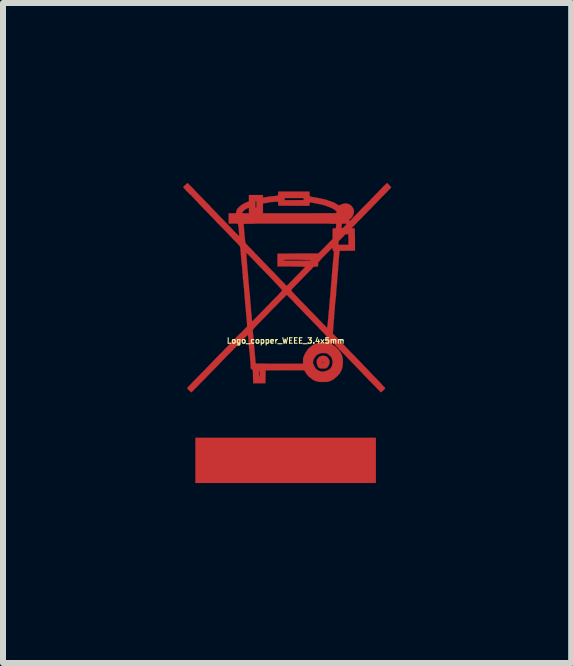
<source format=kicad_pcb>
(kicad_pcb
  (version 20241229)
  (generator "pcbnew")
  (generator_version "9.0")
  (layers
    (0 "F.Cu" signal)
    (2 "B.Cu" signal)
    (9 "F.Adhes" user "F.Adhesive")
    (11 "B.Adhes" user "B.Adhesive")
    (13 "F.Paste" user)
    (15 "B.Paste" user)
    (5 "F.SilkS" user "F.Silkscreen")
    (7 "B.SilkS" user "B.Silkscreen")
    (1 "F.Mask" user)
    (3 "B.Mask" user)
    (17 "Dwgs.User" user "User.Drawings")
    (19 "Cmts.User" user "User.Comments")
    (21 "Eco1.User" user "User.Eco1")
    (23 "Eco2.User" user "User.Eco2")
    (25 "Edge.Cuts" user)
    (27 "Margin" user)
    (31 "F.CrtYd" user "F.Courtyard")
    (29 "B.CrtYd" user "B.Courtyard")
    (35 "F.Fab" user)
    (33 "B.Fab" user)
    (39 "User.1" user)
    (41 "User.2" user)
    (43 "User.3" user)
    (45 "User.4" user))
  (footprint "Logo_copper_WEEE_3.4x5mm"
    (layer "F.Cu")
    (at 1.711 2.529)
    (property "Reference" "Logo_copper_WEEE_3.4x5mm" (at 0 0.1 0) (layer "F.SilkS") (effects (font (size 0.091 0.091) (thickness 0.018))))
    (attr through_hole)
    (fp_poly (pts (xy 1.504 2.471) (xy 0 2.471) (xy -1.504 2.471) (xy -1.504 2.093) (xy -1.504 1.717) (xy 0 1.717) (xy 1.504 1.717) (xy 1.504 2.093) (xy 1.504 2.471)) (stroke (width 0.003) (type solid)) (fill yes) (layer "F.Cu"))
    (fp_poly (pts (xy 0.732 0.457) (xy 0.729 0.475) (xy 0.726 0.49) (xy 0.721 0.503) (xy 0.711 0.521) (xy 0.696 0.544) (xy 0.681 0.554) (xy 0.673 0.559) (xy 0.658 0.561) (xy 0.638 0.564) (xy 0.63 0.564) (xy 0.63 0.457) (xy 0.625 0.452) (xy 0.617 0.452) (xy 0.615 0.455) (xy 0.612 0.462) (xy 0.617 0.47) (xy 0.622 0.472) (xy 0.627 0.467) (xy 0.63 0.465) (xy 0.63 0.457) (xy 0.63 0.564) (xy 0.615 0.564) (xy 0.592 0.564) (xy 0.577 0.561) (xy 0.554 0.551) (xy 0.536 0.531) (xy 0.526 0.505) (xy 0.518 0.472) (xy 0.518 0.457) (xy 0.518 0.437) (xy 0.521 0.422) (xy 0.526 0.409) (xy 0.536 0.396) (xy 0.556 0.371) (xy 0.579 0.358) (xy 0.61 0.351) (xy 0.625 0.351) (xy 0.653 0.353) (xy 0.676 0.361) (xy 0.696 0.376) (xy 0.711 0.396) (xy 0.721 0.411) (xy 0.729 0.424) (xy 0.729 0.437) (xy 0.732 0.457)) (stroke (width 0.003) (type solid)) (fill yes) (layer "F.Cu"))
    (fp_poly (pts (xy 1.758 -2.456) (xy 1.755 -2.451) (xy 1.745 -2.438) (xy 1.727 -2.423) (xy 1.707 -2.4) (xy 1.684 -2.375) (xy 1.656 -2.349) (xy 1.648 -2.339) (xy 1.618 -2.309) (xy 1.585 -2.276) (xy 1.554 -2.243) (xy 1.524 -2.212) (xy 1.501 -2.187) (xy 1.481 -2.169) (xy 1.466 -2.151) (xy 1.443 -2.129) (xy 1.415 -2.098) (xy 1.382 -2.068) (xy 1.349 -2.032) (xy 1.313 -1.996) (xy 1.28 -1.961) (xy 1.24 -1.92) (xy 1.204 -1.885) (xy 1.179 -1.857) (xy 1.156 -1.834) (xy 1.138 -1.816) (xy 1.125 -1.803) (xy 1.115 -1.793) (xy 1.11 -1.786) (xy 1.107 -1.783) (xy 1.105 -1.778) (xy 1.113 -1.775) (xy 1.125 -1.773) (xy 1.13 -1.773) (xy 1.153 -1.77) (xy 1.156 -1.585) (xy 1.156 -1.4) (xy 1.046 -1.4) (xy 1.046 -1.499) (xy 1.046 -1.585) (xy 1.044 -1.674) (xy 1.021 -1.674) (xy 1.013 -1.676) (xy 1.013 -1.844) (xy 1.013 -1.847) (xy 1.008 -1.849) (xy 0.993 -1.852) (xy 0.978 -1.852) (xy 0.96 -1.852) (xy 0.945 -1.849) (xy 0.94 -1.849) (xy 0.937 -1.841) (xy 0.935 -1.829) (xy 0.932 -1.811) (xy 0.932 -1.796) (xy 0.932 -1.781) (xy 0.932 -1.778) (xy 0.937 -1.773) (xy 0.947 -1.778) (xy 0.963 -1.788) (xy 0.98 -1.803) (xy 0.986 -1.808) (xy 0.998 -1.824) (xy 1.008 -1.836) (xy 1.013 -1.844) (xy 1.013 -1.676) (xy 0.998 -1.676) (xy 0.94 -1.615) (xy 0.881 -1.557) (xy 0.881 -1.527) (xy 0.881 -1.499) (xy 0.965 -1.499) (xy 1.046 -1.499) (xy 1.046 -1.4) (xy 1.029 -1.4) (xy 0.899 -1.397) (xy 0.897 -1.364) (xy 0.894 -1.346) (xy 0.892 -1.318) (xy 0.889 -1.29) (xy 0.886 -1.26) (xy 0.886 -1.257) (xy 0.884 -1.229) (xy 0.881 -1.201) (xy 0.881 -1.176) (xy 0.879 -1.161) (xy 0.879 -1.158) (xy 0.876 -1.143) (xy 0.876 -1.118) (xy 0.874 -1.087) (xy 0.871 -1.054) (xy 0.869 -1.021) (xy 0.866 -0.993) (xy 0.864 -0.968) (xy 0.861 -0.95) (xy 0.861 -0.927) (xy 0.859 -0.897) (xy 0.856 -0.866) (xy 0.856 -0.859) (xy 0.853 -0.831) (xy 0.851 -0.808) (xy 0.851 -0.79) (xy 0.848 -0.785) (xy 0.848 -2.04) (xy 0.848 -2.05) (xy 0.841 -2.06) (xy 0.828 -2.073) (xy 0.826 -2.075) (xy 0.808 -2.088) (xy 0.79 -2.098) (xy 0.78 -2.106) (xy 0.759 -2.113) (xy 0.742 -2.121) (xy 0.739 -2.123) (xy 0.691 -2.141) (xy 0.64 -2.159) (xy 0.579 -2.174) (xy 0.511 -2.187) (xy 0.47 -2.195) (xy 0.447 -2.2) (xy 0.427 -2.202) (xy 0.414 -2.205) (xy 0.409 -2.205) (xy 0.404 -2.205) (xy 0.401 -2.197) (xy 0.399 -2.182) (xy 0.399 -2.177) (xy 0.399 -2.149) (xy 0.3 -2.149) (xy 0.3 -2.278) (xy 0.142 -2.278) (xy -0.015 -2.278) (xy -0.015 -2.261) (xy -0.015 -2.243) (xy 0.14 -2.243) (xy 0.297 -2.245) (xy 0.3 -2.261) (xy 0.3 -2.278) (xy 0.3 -2.149) (xy 0.135 -2.149) (xy -0.124 -2.151) (xy -0.124 -2.184) (xy -0.127 -2.217) (xy -0.147 -2.217) (xy -0.168 -2.217) (xy -0.193 -2.215) (xy -0.218 -2.212) (xy -0.241 -2.21) (xy -0.259 -2.21) (xy -0.272 -2.207) (xy -0.277 -2.205) (xy -0.284 -2.202) (xy -0.3 -2.2) (xy -0.312 -2.197) (xy -0.333 -2.195) (xy -0.353 -2.192) (xy -0.361 -2.192) (xy -0.378 -2.189) (xy -0.378 -2.106) (xy -0.378 -2.024) (xy 0.234 -2.024) (xy 0.848 -2.027) (xy 0.848 -2.04) (xy 0.848 -0.785) (xy 0.848 -0.78) (xy 0.848 -0.777) (xy 0.846 -0.772) (xy 0.846 -0.757) (xy 0.846 -0.739) (xy 0.843 -0.732) (xy 0.843 -0.709) (xy 0.843 -0.699) (xy 0.843 -1.831) (xy 0.841 -1.844) (xy 0.838 -1.849) (xy 0.833 -1.849) (xy 0.818 -1.849) (xy 0.792 -1.849) (xy 0.759 -1.849) (xy 0.719 -1.852) (xy 0.671 -1.852) (xy 0.617 -1.852) (xy 0.559 -1.852) (xy 0.495 -1.852) (xy 0.427 -1.852) (xy 0.356 -1.852) (xy 0.282 -1.852) (xy 0.208 -1.852) (xy 0.13 -1.852) (xy 0.053 -1.852) (xy -0.023 -1.852) (xy -0.099 -1.852) (xy -0.173 -1.852) (xy -0.246 -1.852) (xy -0.315 -1.852) (xy -0.381 -1.852) (xy -0.442 -1.852) (xy -0.488 -1.852) (xy -0.488 -2.174) (xy -0.488 -2.2) (xy -0.488 -2.217) (xy -0.49 -2.228) (xy -0.493 -2.23) (xy -0.495 -2.23) (xy -0.498 -2.23) (xy -0.5 -2.223) (xy -0.503 -2.212) (xy -0.503 -2.192) (xy -0.503 -2.174) (xy -0.503 -2.151) (xy -0.5 -2.134) (xy -0.5 -2.121) (xy -0.5 -2.116) (xy -0.495 -2.113) (xy -0.49 -2.118) (xy -0.488 -2.134) (xy -0.488 -2.156) (xy -0.488 -2.174) (xy -0.488 -1.852) (xy -0.5 -1.852) (xy -0.551 -1.849) (xy -0.594 -1.849) (xy -0.612 -1.849) (xy -0.612 -2.024) (xy -0.612 -2.07) (xy -0.612 -2.09) (xy -0.612 -2.106) (xy -0.615 -2.116) (xy -0.615 -2.118) (xy -0.625 -2.113) (xy -0.64 -2.106) (xy -0.66 -2.095) (xy -0.678 -2.083) (xy -0.696 -2.07) (xy -0.699 -2.065) (xy -0.716 -2.05) (xy -0.724 -2.037) (xy -0.724 -2.029) (xy -0.716 -2.027) (xy -0.701 -2.024) (xy -0.673 -2.024) (xy -0.668 -2.024) (xy -0.612 -2.024) (xy -0.612 -1.849) (xy -0.632 -1.849) (xy -0.663 -1.849) (xy -0.683 -1.849) (xy -0.696 -1.847) (xy -0.699 -1.841) (xy -0.699 -1.826) (xy -0.696 -1.803) (xy -0.693 -1.775) (xy -0.693 -1.753) (xy -0.691 -1.72) (xy -0.686 -1.689) (xy -0.686 -1.664) (xy -0.683 -1.643) (xy -0.683 -1.633) (xy -0.678 -1.6) (xy -0.676 -1.572) (xy -0.673 -1.554) (xy -0.671 -1.539) (xy -0.668 -1.529) (xy -0.663 -1.521) (xy -0.658 -1.516) (xy -0.65 -1.509) (xy -0.638 -1.494) (xy -0.62 -1.473) (xy -0.594 -1.448) (xy -0.566 -1.42) (xy -0.536 -1.387) (xy -0.503 -1.351) (xy -0.467 -1.316) (xy -0.432 -1.28) (xy -0.396 -1.242) (xy -0.363 -1.206) (xy -0.345 -1.191) (xy -0.323 -1.166) (xy -0.297 -1.14) (xy -0.274 -1.115) (xy -0.254 -1.095) (xy -0.241 -1.082) (xy -0.218 -1.059) (xy -0.191 -1.031) (xy -0.163 -1.001) (xy -0.135 -0.973) (xy -0.107 -0.942) (xy -0.079 -0.912) (xy -0.053 -0.886) (xy -0.03 -0.864) (xy -0.013 -0.843) (xy 0 -0.831) (xy 0.008 -0.823) (xy 0.008 -0.82) (xy 0.015 -0.815) (xy 0.015 -0.813) (xy 0.02 -0.818) (xy 0.03 -0.828) (xy 0.046 -0.841) (xy 0.064 -0.859) (xy 0.071 -0.869) (xy 0.091 -0.889) (xy 0.117 -0.914) (xy 0.145 -0.945) (xy 0.175 -0.975) (xy 0.206 -1.006) (xy 0.226 -1.026) (xy 0.251 -1.052) (xy 0.274 -1.077) (xy 0.295 -1.097) (xy 0.31 -1.115) (xy 0.32 -1.125) (xy 0.325 -1.13) (xy 0.32 -1.133) (xy 0.305 -1.133) (xy 0.282 -1.133) (xy 0.249 -1.135) (xy 0.208 -1.135) (xy 0.16 -1.135) (xy 0.104 -1.138) (xy 0.094 -1.138) (xy -0.137 -1.138) (xy -0.137 -1.245) (xy -0.137 -1.351) (xy 0.203 -1.354) (xy 0.544 -1.354) (xy 0.582 -1.392) (xy 0.597 -1.407) (xy 0.617 -1.427) (xy 0.643 -1.453) (xy 0.668 -1.481) (xy 0.696 -1.506) (xy 0.701 -1.514) (xy 0.782 -1.595) (xy 0.782 -1.681) (xy 0.782 -1.714) (xy 0.782 -1.737) (xy 0.785 -1.753) (xy 0.785 -1.763) (xy 0.787 -1.768) (xy 0.79 -1.77) (xy 0.795 -1.773) (xy 0.805 -1.773) (xy 0.81 -1.773) (xy 0.826 -1.773) (xy 0.833 -1.775) (xy 0.838 -1.786) (xy 0.841 -1.803) (xy 0.841 -1.808) (xy 0.843 -1.831) (xy 0.843 -0.699) (xy 0.841 -0.683) (xy 0.841 -0.663) (xy 0.838 -0.643) (xy 0.836 -0.62) (xy 0.833 -0.594) (xy 0.831 -0.572) (xy 0.828 -0.551) (xy 0.828 -0.538) (xy 0.828 -0.536) (xy 0.826 -0.523) (xy 0.823 -0.505) (xy 0.823 -0.483) (xy 0.82 -0.465) (xy 0.82 -0.442) (xy 0.818 -0.419) (xy 0.818 -0.401) (xy 0.815 -0.396) (xy 0.815 -0.384) (xy 0.813 -0.363) (xy 0.813 -0.345) (xy 0.81 -0.333) (xy 0.808 -0.31) (xy 0.808 -0.279) (xy 0.803 -0.246) (xy 0.803 -0.231) (xy 0.803 -1.387) (xy 0.803 -1.394) (xy 0.8 -1.397) (xy 0.798 -1.4) (xy 0.792 -1.4) (xy 0.787 -1.402) (xy 0.785 -1.407) (xy 0.782 -1.42) (xy 0.782 -1.425) (xy 0.782 -1.438) (xy 0.78 -1.445) (xy 0.777 -1.448) (xy 0.772 -1.443) (xy 0.762 -1.433) (xy 0.747 -1.417) (xy 0.726 -1.397) (xy 0.704 -1.374) (xy 0.678 -1.349) (xy 0.653 -1.323) (xy 0.627 -1.298) (xy 0.605 -1.273) (xy 0.584 -1.25) (xy 0.566 -1.229) (xy 0.551 -1.214) (xy 0.544 -1.204) (xy 0.541 -1.201) (xy 0.541 -1.189) (xy 0.541 -1.173) (xy 0.541 -1.168) (xy 0.541 -1.156) (xy 0.541 -1.143) (xy 0.538 -1.143) (xy 0.533 -1.138) (xy 0.518 -1.135) (xy 0.503 -1.135) (xy 0.467 -1.133) (xy 0.429 -1.092) (xy 0.429 -1.242) (xy 0.427 -1.242) (xy 0.419 -1.245) (xy 0.404 -1.245) (xy 0.386 -1.247) (xy 0.358 -1.247) (xy 0.323 -1.247) (xy 0.279 -1.247) (xy 0.229 -1.25) (xy 0.198 -1.25) (xy 0.15 -1.25) (xy 0.107 -1.25) (xy 0.066 -1.25) (xy 0.03 -1.25) (xy 0 -1.25) (xy -0.018 -1.247) (xy -0.03 -1.247) (xy -0.033 -1.247) (xy -0.038 -1.242) (xy -0.038 -1.24) (xy -0.033 -1.24) (xy -0.018 -1.237) (xy 0.003 -1.237) (xy 0.033 -1.234) (xy 0.066 -1.234) (xy 0.104 -1.234) (xy 0.145 -1.234) (xy 0.188 -1.234) (xy 0.229 -1.234) (xy 0.272 -1.234) (xy 0.31 -1.234) (xy 0.345 -1.237) (xy 0.376 -1.237) (xy 0.401 -1.237) (xy 0.419 -1.24) (xy 0.427 -1.24) (xy 0.429 -1.242) (xy 0.429 -1.092) (xy 0.282 -0.942) (xy 0.246 -0.904) (xy 0.211 -0.869) (xy 0.18 -0.838) (xy 0.152 -0.808) (xy 0.13 -0.785) (xy 0.112 -0.765) (xy 0.099 -0.749) (xy 0.094 -0.742) (xy 0.097 -0.734) (xy 0.107 -0.721) (xy 0.119 -0.706) (xy 0.137 -0.686) (xy 0.142 -0.681) (xy 0.16 -0.663) (xy 0.183 -0.64) (xy 0.211 -0.61) (xy 0.239 -0.579) (xy 0.269 -0.549) (xy 0.3 -0.518) (xy 0.328 -0.488) (xy 0.356 -0.46) (xy 0.381 -0.432) (xy 0.404 -0.409) (xy 0.422 -0.391) (xy 0.434 -0.378) (xy 0.447 -0.366) (xy 0.462 -0.348) (xy 0.485 -0.328) (xy 0.511 -0.3) (xy 0.538 -0.272) (xy 0.566 -0.241) (xy 0.574 -0.234) (xy 0.602 -0.206) (xy 0.627 -0.178) (xy 0.65 -0.157) (xy 0.668 -0.137) (xy 0.681 -0.124) (xy 0.688 -0.119) (xy 0.688 -0.117) (xy 0.691 -0.122) (xy 0.693 -0.135) (xy 0.696 -0.147) (xy 0.699 -0.175) (xy 0.704 -0.211) (xy 0.706 -0.246) (xy 0.711 -0.282) (xy 0.711 -0.312) (xy 0.714 -0.335) (xy 0.716 -0.363) (xy 0.719 -0.391) (xy 0.721 -0.404) (xy 0.724 -0.432) (xy 0.726 -0.46) (xy 0.726 -0.483) (xy 0.729 -0.493) (xy 0.729 -0.508) (xy 0.732 -0.533) (xy 0.734 -0.564) (xy 0.737 -0.594) (xy 0.739 -0.615) (xy 0.742 -0.645) (xy 0.744 -0.678) (xy 0.747 -0.706) (xy 0.749 -0.726) (xy 0.749 -0.737) (xy 0.752 -0.759) (xy 0.752 -0.78) (xy 0.754 -0.792) (xy 0.757 -0.808) (xy 0.757 -0.828) (xy 0.759 -0.856) (xy 0.762 -0.884) (xy 0.767 -0.935) (xy 0.77 -0.991) (xy 0.775 -1.052) (xy 0.78 -1.11) (xy 0.785 -1.168) (xy 0.79 -1.219) (xy 0.792 -1.25) (xy 0.798 -1.293) (xy 0.8 -1.328) (xy 0.803 -1.354) (xy 0.803 -1.372) (xy 0.803 -1.387) (xy 0.803 -0.231) (xy 0.8 -0.206) (xy 0.798 -0.168) (xy 0.798 -0.165) (xy 0.787 -0.02) (xy 0.803 0) (xy 0.81 0.005) (xy 0.826 0.02) (xy 0.846 0.041) (xy 0.869 0.066) (xy 0.894 0.091) (xy 0.922 0.119) (xy 0.922 0.122) (xy 0.95 0.15) (xy 0.98 0.18) (xy 1.006 0.208) (xy 1.031 0.234) (xy 1.052 0.254) (xy 1.062 0.267) (xy 1.077 0.282) (xy 1.097 0.302) (xy 1.123 0.328) (xy 1.151 0.356) (xy 1.179 0.386) (xy 1.196 0.404) (xy 1.224 0.432) (xy 1.252 0.462) (xy 1.28 0.49) (xy 1.303 0.516) (xy 1.321 0.536) (xy 1.331 0.544) (xy 1.346 0.559) (xy 1.367 0.582) (xy 1.392 0.607) (xy 1.42 0.638) (xy 1.448 0.668) (xy 1.471 0.691) (xy 1.519 0.739) (xy 1.56 0.782) (xy 1.593 0.818) (xy 1.618 0.846) (xy 1.638 0.866) (xy 1.651 0.881) (xy 1.659 0.889) (xy 1.656 0.897) (xy 1.648 0.907) (xy 1.636 0.919) (xy 1.621 0.932) (xy 1.608 0.945) (xy 1.595 0.955) (xy 1.587 0.96) (xy 1.582 0.955) (xy 1.572 0.947) (xy 1.56 0.932) (xy 1.552 0.925) (xy 1.537 0.909) (xy 1.519 0.892) (xy 1.496 0.866) (xy 1.471 0.841) (xy 1.443 0.813) (xy 1.425 0.792) (xy 1.394 0.765) (xy 1.367 0.734) (xy 1.339 0.704) (xy 1.313 0.678) (xy 1.293 0.658) (xy 1.285 0.648) (xy 1.267 0.63) (xy 1.245 0.607) (xy 1.217 0.577) (xy 1.184 0.544) (xy 1.148 0.505) (xy 1.11 0.467) (xy 1.072 0.427) (xy 1.031 0.386) (xy 0.993 0.345) (xy 0.955 0.307) (xy 0.922 0.272) (xy 0.909 0.259) (xy 0.884 0.234) (xy 0.861 0.208) (xy 0.841 0.188) (xy 0.823 0.168) (xy 0.81 0.155) (xy 0.795 0.14) (xy 0.782 0.13) (xy 0.775 0.13) (xy 0.772 0.14) (xy 0.772 0.145) (xy 0.775 0.157) (xy 0.782 0.165) (xy 0.795 0.175) (xy 0.8 0.178) (xy 0.823 0.193) (xy 0.848 0.216) (xy 0.871 0.239) (xy 0.894 0.264) (xy 0.909 0.287) (xy 0.914 0.295) (xy 0.93 0.325) (xy 0.94 0.351) (xy 0.947 0.371) (xy 0.953 0.394) (xy 0.953 0.419) (xy 0.955 0.452) (xy 0.955 0.455) (xy 0.953 0.503) (xy 0.947 0.541) (xy 0.937 0.574) (xy 0.925 0.602) (xy 0.922 0.607) (xy 0.914 0.622) (xy 0.909 0.632) (xy 0.899 0.65) (xy 0.881 0.668) (xy 0.861 0.691) (xy 0.838 0.711) (xy 0.813 0.732) (xy 0.79 0.749) (xy 0.782 0.752) (xy 0.782 0.462) (xy 0.782 0.445) (xy 0.78 0.427) (xy 0.777 0.419) (xy 0.772 0.404) (xy 0.77 0.394) (xy 0.765 0.384) (xy 0.754 0.368) (xy 0.739 0.351) (xy 0.721 0.335) (xy 0.706 0.323) (xy 0.696 0.318) (xy 0.686 0.312) (xy 0.683 0.312) (xy 0.683 0.033) (xy 0.683 0.03) (xy 0.683 0.025) (xy 0.678 0.023) (xy 0.673 0.015) (xy 0.668 0.008) (xy 0.658 -0.003) (xy 0.643 -0.018) (xy 0.627 -0.036) (xy 0.605 -0.058) (xy 0.579 -0.084) (xy 0.549 -0.117) (xy 0.513 -0.155) (xy 0.47 -0.198) (xy 0.422 -0.249) (xy 0.368 -0.305) (xy 0.33 -0.343) (xy 0.292 -0.384) (xy 0.249 -0.427) (xy 0.208 -0.47) (xy 0.17 -0.508) (xy 0.137 -0.544) (xy 0.132 -0.551) (xy 0.104 -0.579) (xy 0.079 -0.605) (xy 0.056 -0.627) (xy 0.038 -0.645) (xy 0.025 -0.658) (xy 0.018 -0.663) (xy 0.015 -0.663) (xy 0.013 -0.66) (xy 0 -0.65) (xy -0.013 -0.632) (xy -0.036 -0.612) (xy -0.058 -0.589) (xy -0.058 -0.742) (xy -0.061 -0.747) (xy -0.071 -0.759) (xy -0.089 -0.777) (xy -0.109 -0.8) (xy -0.135 -0.828) (xy -0.165 -0.859) (xy -0.188 -0.884) (xy -0.251 -0.95) (xy -0.307 -1.008) (xy -0.356 -1.059) (xy -0.401 -1.105) (xy -0.442 -1.146) (xy -0.478 -1.184) (xy -0.508 -1.217) (xy -0.528 -1.237) (xy -0.561 -1.273) (xy -0.589 -1.3) (xy -0.61 -1.321) (xy -0.627 -1.339) (xy -0.638 -1.349) (xy -0.645 -1.356) (xy -0.65 -1.361) (xy -0.653 -1.364) (xy -0.655 -1.364) (xy -0.655 -1.359) (xy -0.655 -1.344) (xy -0.653 -1.323) (xy -0.653 -1.3) (xy -0.648 -1.25) (xy -0.645 -1.209) (xy -0.643 -1.176) (xy -0.64 -1.148) (xy -0.64 -1.13) (xy -0.638 -1.115) (xy -0.638 -1.102) (xy -0.635 -1.092) (xy -0.635 -1.09) (xy -0.635 -1.074) (xy -0.632 -1.054) (xy -0.63 -1.026) (xy -0.627 -0.998) (xy -0.627 -0.996) (xy -0.625 -0.965) (xy -0.622 -0.937) (xy -0.62 -0.912) (xy -0.62 -0.894) (xy -0.617 -0.856) (xy -0.612 -0.82) (xy -0.61 -0.787) (xy -0.607 -0.759) (xy -0.605 -0.737) (xy -0.605 -0.724) (xy -0.605 -0.721) (xy -0.602 -0.711) (xy -0.599 -0.688) (xy -0.597 -0.66) (xy -0.594 -0.63) (xy -0.592 -0.592) (xy -0.589 -0.556) (xy -0.587 -0.536) (xy -0.587 -0.516) (xy -0.584 -0.495) (xy -0.582 -0.485) (xy -0.582 -0.472) (xy -0.579 -0.452) (xy -0.577 -0.429) (xy -0.577 -0.422) (xy -0.577 -0.396) (xy -0.574 -0.368) (xy -0.569 -0.343) (xy -0.569 -0.34) (xy -0.566 -0.315) (xy -0.566 -0.287) (xy -0.564 -0.269) (xy -0.564 -0.249) (xy -0.561 -0.234) (xy -0.559 -0.229) (xy -0.554 -0.226) (xy -0.551 -0.231) (xy -0.538 -0.241) (xy -0.523 -0.257) (xy -0.5 -0.279) (xy -0.475 -0.305) (xy -0.447 -0.333) (xy -0.417 -0.366) (xy -0.401 -0.381) (xy -0.363 -0.419) (xy -0.325 -0.46) (xy -0.284 -0.5) (xy -0.246 -0.541) (xy -0.211 -0.577) (xy -0.178 -0.61) (xy -0.155 -0.632) (xy -0.127 -0.66) (xy -0.104 -0.686) (xy -0.084 -0.709) (xy -0.069 -0.724) (xy -0.061 -0.737) (xy -0.058 -0.742) (xy -0.058 -0.589) (xy -0.061 -0.587) (xy -0.091 -0.556) (xy -0.122 -0.523) (xy -0.15 -0.495) (xy -0.188 -0.457) (xy -0.229 -0.417) (xy -0.267 -0.376) (xy -0.307 -0.335) (xy -0.343 -0.297) (xy -0.373 -0.267) (xy -0.401 -0.239) (xy -0.406 -0.231) (xy -0.442 -0.196) (xy -0.472 -0.165) (xy -0.495 -0.142) (xy -0.513 -0.122) (xy -0.526 -0.109) (xy -0.536 -0.097) (xy -0.541 -0.089) (xy -0.546 -0.081) (xy -0.546 -0.076) (xy -0.546 -0.069) (xy -0.546 -0.064) (xy -0.546 -0.061) (xy -0.546 -0.048) (xy -0.544 -0.025) (xy -0.541 0) (xy -0.538 0.028) (xy -0.538 0.03) (xy -0.533 0.094) (xy -0.528 0.16) (xy -0.521 0.231) (xy -0.518 0.269) (xy -0.516 0.295) (xy -0.513 0.323) (xy -0.511 0.345) (xy -0.511 0.356) (xy -0.508 0.376) (xy -0.505 0.404) (xy -0.505 0.424) (xy -0.503 0.445) (xy -0.5 0.462) (xy -0.5 0.472) (xy -0.498 0.475) (xy -0.495 0.475) (xy -0.493 0.478) (xy -0.485 0.478) (xy -0.475 0.48) (xy -0.46 0.48) (xy -0.442 0.48) (xy -0.417 0.48) (xy -0.386 0.48) (xy -0.348 0.48) (xy -0.302 0.483) (xy -0.249 0.483) (xy -0.188 0.483) (xy -0.117 0.483) (xy -0.102 0.483) (xy 0.29 0.483) (xy 0.29 0.434) (xy 0.29 0.411) (xy 0.292 0.394) (xy 0.292 0.384) (xy 0.295 0.381) (xy 0.297 0.373) (xy 0.305 0.358) (xy 0.31 0.343) (xy 0.32 0.318) (xy 0.338 0.29) (xy 0.356 0.262) (xy 0.373 0.239) (xy 0.384 0.226) (xy 0.401 0.211) (xy 0.422 0.196) (xy 0.439 0.183) (xy 0.452 0.173) (xy 0.462 0.165) (xy 0.465 0.165) (xy 0.475 0.163) (xy 0.48 0.16) (xy 0.498 0.152) (xy 0.518 0.145) (xy 0.526 0.142) (xy 0.533 0.14) (xy 0.551 0.137) (xy 0.574 0.135) (xy 0.599 0.135) (xy 0.602 0.135) (xy 0.671 0.132) (xy 0.678 0.086) (xy 0.681 0.066) (xy 0.683 0.046) (xy 0.683 0.033) (xy 0.683 0.312) (xy 0.665 0.307) (xy 0.645 0.305) (xy 0.643 0.305) (xy 0.62 0.305) (xy 0.602 0.305) (xy 0.584 0.31) (xy 0.572 0.312) (xy 0.554 0.32) (xy 0.533 0.33) (xy 0.516 0.343) (xy 0.503 0.353) (xy 0.498 0.363) (xy 0.493 0.371) (xy 0.485 0.381) (xy 0.483 0.386) (xy 0.472 0.399) (xy 0.465 0.419) (xy 0.46 0.439) (xy 0.455 0.457) (xy 0.455 0.475) (xy 0.46 0.483) (xy 0.46 0.485) (xy 0.465 0.493) (xy 0.465 0.498) (xy 0.47 0.505) (xy 0.475 0.521) (xy 0.485 0.538) (xy 0.488 0.541) (xy 0.503 0.564) (xy 0.518 0.579) (xy 0.536 0.592) (xy 0.569 0.607) (xy 0.599 0.615) (xy 0.63 0.615) (xy 0.665 0.607) (xy 0.704 0.592) (xy 0.734 0.572) (xy 0.759 0.544) (xy 0.775 0.511) (xy 0.782 0.472) (xy 0.782 0.462) (xy 0.782 0.752) (xy 0.772 0.757) (xy 0.749 0.77) (xy 0.729 0.777) (xy 0.714 0.782) (xy 0.696 0.785) (xy 0.673 0.787) (xy 0.645 0.787) (xy 0.625 0.787) (xy 0.594 0.787) (xy 0.572 0.787) (xy 0.551 0.785) (xy 0.536 0.782) (xy 0.518 0.777) (xy 0.495 0.77) (xy 0.47 0.759) (xy 0.452 0.749) (xy 0.434 0.737) (xy 0.427 0.729) (xy 0.414 0.719) (xy 0.404 0.711) (xy 0.399 0.711) (xy 0.394 0.706) (xy 0.384 0.696) (xy 0.381 0.693) (xy 0.371 0.681) (xy 0.358 0.663) (xy 0.353 0.66) (xy 0.34 0.643) (xy 0.328 0.622) (xy 0.325 0.617) (xy 0.318 0.602) (xy 0.305 0.594) (xy 0.297 0.592) (xy 0.279 0.592) (xy 0.254 0.592) (xy 0.221 0.592) (xy 0.183 0.592) (xy 0.137 0.592) (xy 0.089 0.592) (xy 0.036 0.592) (xy -0.02 0.592) (xy -0.333 0.594) (xy -0.335 0.704) (xy -0.338 0.81) (xy -0.434 0.81) (xy -0.434 0.648) (xy -0.434 0.625) (xy -0.437 0.607) (xy -0.439 0.597) (xy -0.442 0.602) (xy -0.445 0.615) (xy -0.445 0.635) (xy -0.445 0.648) (xy -0.445 0.673) (xy -0.445 0.688) (xy -0.442 0.699) (xy -0.439 0.699) (xy -0.437 0.693) (xy -0.437 0.681) (xy -0.434 0.66) (xy -0.434 0.648) (xy -0.434 0.81) (xy -0.439 0.81) (xy -0.541 0.81) (xy -0.544 0.701) (xy -0.546 0.592) (xy -0.566 0.574) (xy -0.579 0.564) (xy -0.584 0.554) (xy -0.584 0.544) (xy -0.584 0.541) (xy -0.584 0.531) (xy -0.584 0.513) (xy -0.587 0.488) (xy -0.587 0.457) (xy -0.592 0.422) (xy -0.594 0.384) (xy -0.597 0.345) (xy -0.599 0.307) (xy -0.605 0.272) (xy -0.607 0.254) (xy -0.61 0.229) (xy -0.612 0.196) (xy -0.615 0.163) (xy -0.617 0.137) (xy -0.62 0.091) (xy -0.622 0.056) (xy -0.627 0.028) (xy -0.627 0.013) (xy -0.63 0.005) (xy -0.632 0.005) (xy -0.64 0.013) (xy -0.653 0.023) (xy -0.671 0.041) (xy -0.693 0.064) (xy -0.721 0.091) (xy -0.754 0.127) (xy -0.795 0.168) (xy -0.843 0.216) (xy -0.889 0.264) (xy -0.983 0.358) (xy -1.069 0.447) (xy -1.148 0.531) (xy -1.222 0.605) (xy -1.288 0.673) (xy -1.346 0.734) (xy -1.4 0.787) (xy -1.445 0.833) (xy -1.483 0.874) (xy -1.516 0.904) (xy -1.539 0.93) (xy -1.557 0.947) (xy -1.567 0.958) (xy -1.572 0.96) (xy -1.577 0.955) (xy -1.587 0.947) (xy -1.603 0.935) (xy -1.608 0.93) (xy -1.623 0.914) (xy -1.633 0.902) (xy -1.638 0.892) (xy -1.641 0.892) (xy -1.636 0.884) (xy -1.626 0.871) (xy -1.608 0.851) (xy -1.582 0.826) (xy -1.552 0.792) (xy -1.514 0.754) (xy -1.471 0.709) (xy -1.42 0.658) (xy -1.364 0.602) (xy -1.351 0.589) (xy -1.333 0.572) (xy -1.311 0.546) (xy -1.285 0.521) (xy -1.26 0.493) (xy -1.242 0.475) (xy -1.222 0.455) (xy -1.194 0.424) (xy -1.161 0.391) (xy -1.123 0.351) (xy -1.082 0.31) (xy -1.036 0.264) (xy -0.993 0.218) (xy -0.947 0.173) (xy -0.902 0.124) (xy -0.859 0.081) (xy -0.818 0.038) (xy -0.78 0) (xy -0.747 -0.03) (xy -0.734 -0.043) (xy -0.643 -0.137) (xy -0.645 -0.191) (xy -0.648 -0.221) (xy -0.65 -0.254) (xy -0.653 -0.282) (xy -0.653 -0.292) (xy -0.655 -0.307) (xy -0.658 -0.333) (xy -0.66 -0.366) (xy -0.663 -0.404) (xy -0.668 -0.445) (xy -0.671 -0.49) (xy -0.676 -0.536) (xy -0.678 -0.582) (xy -0.683 -0.625) (xy -0.686 -0.665) (xy -0.688 -0.699) (xy -0.691 -0.726) (xy -0.693 -0.747) (xy -0.693 -0.767) (xy -0.696 -0.787) (xy -0.699 -0.8) (xy -0.699 -0.813) (xy -0.701 -0.836) (xy -0.704 -0.864) (xy -0.706 -0.894) (xy -0.711 -0.927) (xy -0.714 -0.963) (xy -0.714 -0.965) (xy -0.714 -0.988) (xy -0.716 -1.008) (xy -0.719 -1.024) (xy -0.721 -1.041) (xy -0.721 -1.062) (xy -0.724 -1.082) (xy -0.724 -1.1) (xy -0.726 -1.123) (xy -0.729 -1.151) (xy -0.732 -1.184) (xy -0.737 -1.224) (xy -0.742 -1.275) (xy -0.742 -1.283) (xy -0.744 -1.311) (xy -0.747 -1.344) (xy -0.749 -1.379) (xy -0.752 -1.4) (xy -0.754 -1.425) (xy -0.757 -1.448) (xy -0.759 -1.463) (xy -0.762 -1.471) (xy -0.767 -1.478) (xy -0.777 -1.488) (xy -0.795 -1.509) (xy -0.815 -1.532) (xy -0.843 -1.56) (xy -0.874 -1.59) (xy -0.907 -1.626) (xy -0.94 -1.661) (xy -0.975 -1.699) (xy -1.013 -1.737) (xy -1.044 -1.77) (xy -1.074 -1.798) (xy -1.102 -1.829) (xy -1.128 -1.854) (xy -1.151 -1.877) (xy -1.166 -1.895) (xy -1.179 -1.908) (xy -1.181 -1.91) (xy -1.191 -1.92) (xy -1.206 -1.938) (xy -1.229 -1.961) (xy -1.255 -1.986) (xy -1.28 -2.014) (xy -1.311 -2.045) (xy -1.313 -2.047) (xy -1.346 -2.08) (xy -1.382 -2.118) (xy -1.417 -2.154) (xy -1.45 -2.189) (xy -1.481 -2.223) (xy -1.501 -2.243) (xy -1.527 -2.271) (xy -1.554 -2.299) (xy -1.58 -2.327) (xy -1.605 -2.349) (xy -1.623 -2.367) (xy -1.626 -2.372) (xy -1.646 -2.39) (xy -1.664 -2.41) (xy -1.681 -2.428) (xy -1.689 -2.438) (xy -1.709 -2.461) (xy -1.674 -2.494) (xy -1.659 -2.51) (xy -1.646 -2.52) (xy -1.638 -2.527) (xy -1.636 -2.527) (xy -1.631 -2.525) (xy -1.621 -2.515) (xy -1.603 -2.497) (xy -1.582 -2.477) (xy -1.56 -2.454) (xy -1.539 -2.433) (xy -1.509 -2.4) (xy -1.476 -2.365) (xy -1.438 -2.327) (xy -1.4 -2.289) (xy -1.364 -2.25) (xy -1.349 -2.235) (xy -1.321 -2.205) (xy -1.29 -2.177) (xy -1.265 -2.149) (xy -1.242 -2.123) (xy -1.222 -2.103) (xy -1.212 -2.09) (xy -1.196 -2.078) (xy -1.179 -2.057) (xy -1.153 -2.032) (xy -1.128 -2.004) (xy -1.1 -1.976) (xy -1.074 -1.948) (xy -1.044 -1.92) (xy -1.016 -1.89) (xy -0.991 -1.864) (xy -0.968 -1.839) (xy -0.95 -1.821) (xy -0.937 -1.808) (xy -0.904 -1.773) (xy -0.876 -1.742) (xy -0.848 -1.714) (xy -0.823 -1.689) (xy -0.803 -1.669) (xy -0.787 -1.654) (xy -0.78 -1.646) (xy -0.777 -1.643) (xy -0.775 -1.648) (xy -0.775 -1.661) (xy -0.775 -1.664) (xy -0.775 -1.676) (xy -0.777 -1.697) (xy -0.78 -1.722) (xy -0.78 -1.742) (xy -0.782 -1.768) (xy -0.785 -1.788) (xy -0.787 -1.803) (xy -0.79 -1.808) (xy -0.792 -1.819) (xy -0.79 -1.824) (xy -0.79 -1.834) (xy -0.792 -1.841) (xy -0.795 -1.847) (xy -0.8 -1.849) (xy -0.808 -1.852) (xy -0.82 -1.852) (xy -0.841 -1.852) (xy -0.869 -1.852) (xy -0.874 -1.852) (xy -0.95 -1.852) (xy -0.95 -1.938) (xy -0.95 -2.024) (xy -0.889 -2.024) (xy -0.828 -2.027) (xy -0.823 -2.05) (xy -0.82 -2.068) (xy -0.815 -2.083) (xy -0.815 -2.085) (xy -0.805 -2.098) (xy -0.79 -2.116) (xy -0.772 -2.134) (xy -0.752 -2.149) (xy -0.734 -2.164) (xy -0.716 -2.177) (xy -0.704 -2.184) (xy -0.699 -2.184) (xy -0.688 -2.187) (xy -0.681 -2.195) (xy -0.671 -2.202) (xy -0.663 -2.205) (xy -0.653 -2.207) (xy -0.638 -2.212) (xy -0.632 -2.215) (xy -0.612 -2.225) (xy -0.612 -2.278) (xy -0.612 -2.329) (xy -0.495 -2.329) (xy -0.378 -2.329) (xy -0.378 -2.309) (xy -0.378 -2.286) (xy -0.345 -2.291) (xy -0.325 -2.294) (xy -0.307 -2.296) (xy -0.297 -2.299) (xy -0.287 -2.301) (xy -0.267 -2.304) (xy -0.244 -2.306) (xy -0.216 -2.309) (xy -0.208 -2.309) (xy -0.183 -2.311) (xy -0.16 -2.314) (xy -0.142 -2.319) (xy -0.132 -2.322) (xy -0.13 -2.322) (xy -0.124 -2.332) (xy -0.124 -2.349) (xy -0.124 -2.355) (xy -0.127 -2.385) (xy 0.135 -2.385) (xy 0.396 -2.385) (xy 0.399 -2.347) (xy 0.401 -2.309) (xy 0.424 -2.301) (xy 0.439 -2.296) (xy 0.462 -2.294) (xy 0.485 -2.289) (xy 0.49 -2.289) (xy 0.518 -2.283) (xy 0.549 -2.278) (xy 0.582 -2.271) (xy 0.617 -2.263) (xy 0.65 -2.256) (xy 0.681 -2.248) (xy 0.704 -2.24) (xy 0.721 -2.233) (xy 0.726 -2.23) (xy 0.739 -2.228) (xy 0.744 -2.225) (xy 0.754 -2.225) (xy 0.767 -2.217) (xy 0.775 -2.215) (xy 0.787 -2.21) (xy 0.8 -2.205) (xy 0.803 -2.205) (xy 0.813 -2.202) (xy 0.82 -2.195) (xy 0.831 -2.187) (xy 0.836 -2.184) (xy 0.843 -2.182) (xy 0.853 -2.174) (xy 0.864 -2.169) (xy 0.886 -2.154) (xy 0.922 -2.169) (xy 0.96 -2.184) (xy 0.996 -2.189) (xy 1.031 -2.184) (xy 1.049 -2.179) (xy 1.079 -2.162) (xy 1.102 -2.141) (xy 1.12 -2.116) (xy 1.125 -2.108) (xy 1.135 -2.083) (xy 1.14 -2.06) (xy 1.138 -2.035) (xy 1.13 -2.007) (xy 1.125 -1.994) (xy 1.115 -1.971) (xy 1.107 -1.958) (xy 1.097 -1.948) (xy 1.085 -1.938) (xy 1.067 -1.925) (xy 1.059 -1.913) (xy 1.059 -1.897) (xy 1.059 -1.895) (xy 1.064 -1.895) (xy 1.069 -1.9) (xy 1.082 -1.91) (xy 1.1 -1.925) (xy 1.123 -1.951) (xy 1.125 -1.951) (xy 1.14 -1.971) (xy 1.166 -1.994) (xy 1.194 -2.024) (xy 1.227 -2.057) (xy 1.26 -2.093) (xy 1.295 -2.129) (xy 1.331 -2.164) (xy 1.367 -2.2) (xy 1.402 -2.235) (xy 1.435 -2.271) (xy 1.468 -2.304) (xy 1.496 -2.334) (xy 1.521 -2.357) (xy 1.539 -2.377) (xy 1.575 -2.416) (xy 1.608 -2.449) (xy 1.636 -2.479) (xy 1.659 -2.499) (xy 1.676 -2.517) (xy 1.687 -2.525) (xy 1.689 -2.527) (xy 1.697 -2.525) (xy 1.707 -2.515) (xy 1.72 -2.502) (xy 1.732 -2.487) (xy 1.745 -2.474) (xy 1.755 -2.461) (xy 1.758 -2.456)) (stroke (width 0.003) (type solid)) (fill yes) (layer "F.Cu")))
  (gr_rect
    (start -3 -3)
    (end 6.47 8.001)
    (stroke (width 0.1) (type default))
    (fill no)
    (layer "Edge.Cuts")))
</source>
